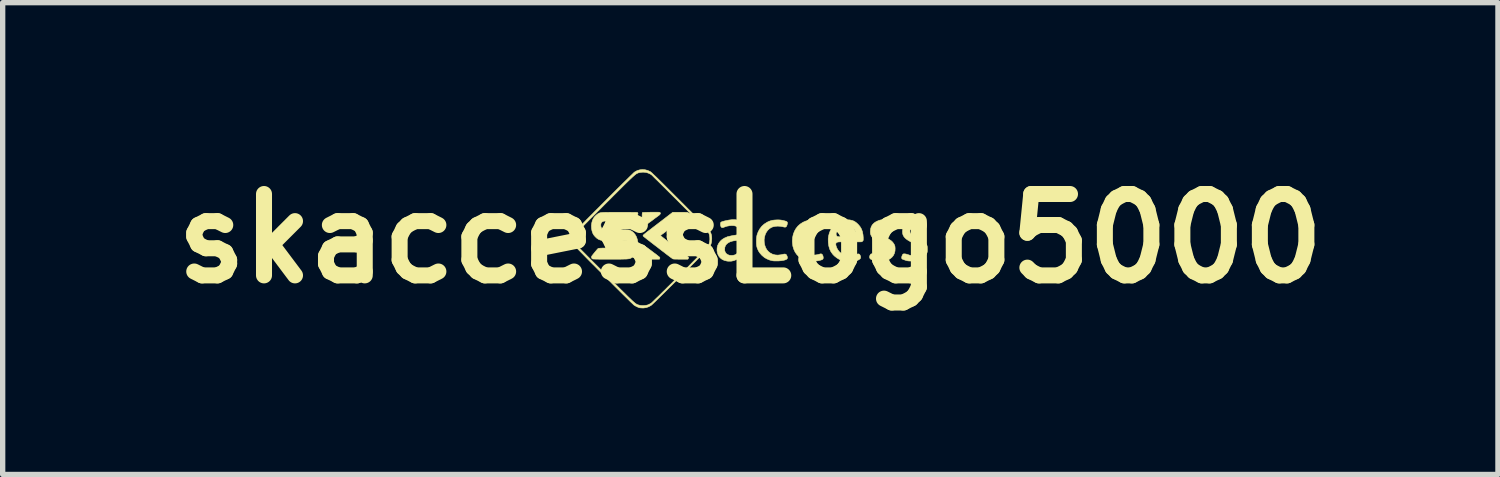
<source format=kicad_pcb>
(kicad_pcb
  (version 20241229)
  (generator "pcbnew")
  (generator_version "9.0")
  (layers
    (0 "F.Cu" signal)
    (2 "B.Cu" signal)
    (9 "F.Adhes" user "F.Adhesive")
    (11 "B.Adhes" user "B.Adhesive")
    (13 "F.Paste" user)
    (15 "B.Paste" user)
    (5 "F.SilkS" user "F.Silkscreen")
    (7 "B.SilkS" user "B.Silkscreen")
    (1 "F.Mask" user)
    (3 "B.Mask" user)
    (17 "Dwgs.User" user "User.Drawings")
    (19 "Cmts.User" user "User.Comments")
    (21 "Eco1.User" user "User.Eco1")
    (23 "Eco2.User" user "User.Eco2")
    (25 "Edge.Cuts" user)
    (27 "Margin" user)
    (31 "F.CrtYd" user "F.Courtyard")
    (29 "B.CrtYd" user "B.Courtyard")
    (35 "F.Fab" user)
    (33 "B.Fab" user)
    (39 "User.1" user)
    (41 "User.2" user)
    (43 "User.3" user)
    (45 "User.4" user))
  (footprint "skaccessLogo5000"
    (layer "F.Cu")
    (at 11.002 1.418)
    (property "Reference" "skaccessLogo5000" (at 0 0 0) (layer "F.SilkS") (effects (font (size 1.524 1.524) (thickness 0.3))))
    (attr through_hole)
    (fp_poly (pts (xy -2.006 0.121) (xy -1.993 0.129) (xy -1.975 0.141) (xy -1.952 0.158) (xy -1.925 0.177) (xy -1.896 0.198) (xy -1.865 0.221) (xy -1.833 0.245) (xy -1.803 0.268) (xy -1.774 0.289) (xy -1.748 0.309) (xy -1.726 0.327) (xy -1.709 0.34) (xy -1.699 0.35) (xy -1.695 0.353) (xy -1.694 0.366) (xy -1.696 0.374) (xy -1.702 0.386) (xy -1.859 0.386) (xy -1.906 0.386) (xy -1.943 0.386) (xy -1.971 0.385) (xy -1.993 0.384) (xy -2.007 0.383) (xy -2.016 0.382) (xy -2.019 0.38) (xy -2.02 0.38) (xy -2.02 0.373) (xy -2.021 0.358) (xy -2.021 0.335) (xy -2.021 0.307) (xy -2.021 0.274) (xy -2.021 0.246) (xy -2.02 0.207) (xy -2.02 0.176) (xy -2.019 0.153) (xy -2.018 0.137) (xy -2.016 0.127) (xy -2.015 0.121) (xy -2.012 0.118) (xy -2.012 0.118) (xy -2.006 0.121)) (stroke (width 0.01) (type solid)) (fill yes) (layer "F.SilkS"))
    (fp_poly (pts (xy -1.747 -0.494) (xy -1.727 -0.494) (xy -1.712 -0.493) (xy -1.701 -0.492) (xy -1.695 -0.49) (xy -1.69 -0.488) (xy -1.689 -0.487) (xy -1.683 -0.475) (xy -1.686 -0.461) (xy -1.7 -0.445) (xy -1.71 -0.436) (xy -1.752 -0.405) (xy -1.793 -0.375) (xy -1.832 -0.345) (xy -1.87 -0.317) (xy -1.905 -0.292) (xy -1.936 -0.269) (xy -1.962 -0.25) (xy -1.983 -0.235) (xy -1.998 -0.224) (xy -2.006 -0.219) (xy -2.007 -0.218) (xy -2.013 -0.222) (xy -2.019 -0.23) (xy -2.022 -0.235) (xy -2.024 -0.243) (xy -2.025 -0.255) (xy -2.026 -0.272) (xy -2.027 -0.296) (xy -2.027 -0.328) (xy -2.027 -0.361) (xy -2.027 -0.402) (xy -2.026 -0.433) (xy -2.026 -0.456) (xy -2.024 -0.472) (xy -2.023 -0.482) (xy -2.02 -0.487) (xy -2.02 -0.487) (xy -2.013 -0.489) (xy -1.996 -0.49) (xy -1.97 -0.491) (xy -1.934 -0.492) (xy -1.889 -0.493) (xy -1.856 -0.494) (xy -1.811 -0.494) (xy -1.775 -0.494) (xy -1.747 -0.494)) (stroke (width 0.01) (type solid)) (fill yes) (layer "F.SilkS"))
    (fp_poly (pts (xy 1.199 -0.35) (xy 1.225 -0.347) (xy 1.254 -0.344) (xy 1.283 -0.34) (xy 1.31 -0.336) (xy 1.332 -0.331) (xy 1.347 -0.327) (xy 1.351 -0.326) (xy 1.361 -0.315) (xy 1.366 -0.298) (xy 1.367 -0.278) (xy 1.362 -0.257) (xy 1.354 -0.238) (xy 1.342 -0.224) (xy 1.335 -0.219) (xy 1.325 -0.216) (xy 1.315 -0.216) (xy 1.3 -0.219) (xy 1.289 -0.221) (xy 1.27 -0.225) (xy 1.244 -0.229) (xy 1.217 -0.232) (xy 1.204 -0.232) (xy 1.152 -0.232) (xy 1.108 -0.224) (xy 1.068 -0.21) (xy 1.034 -0.188) (xy 1.011 -0.168) (xy 0.98 -0.13) (xy 0.956 -0.086) (xy 0.94 -0.037) (xy 0.931 0.014) (xy 0.93 0.041) (xy 0.934 0.093) (xy 0.947 0.142) (xy 0.967 0.186) (xy 0.995 0.225) (xy 1.028 0.258) (xy 1.067 0.284) (xy 1.111 0.301) (xy 1.127 0.305) (xy 1.157 0.309) (xy 1.192 0.309) (xy 1.23 0.306) (xy 1.265 0.3) (xy 1.284 0.295) (xy 1.306 0.289) (xy 1.32 0.286) (xy 1.33 0.287) (xy 1.334 0.289) (xy 1.35 0.301) (xy 1.36 0.323) (xy 1.365 0.346) (xy 1.366 0.364) (xy 1.363 0.378) (xy 1.355 0.388) (xy 1.342 0.396) (xy 1.32 0.403) (xy 1.295 0.41) (xy 1.255 0.417) (xy 1.212 0.423) (xy 1.168 0.425) (xy 1.127 0.425) (xy 1.091 0.422) (xy 1.075 0.419) (xy 1.015 0.401) (xy 0.961 0.375) (xy 0.913 0.341) (xy 0.873 0.301) (xy 0.84 0.255) (xy 0.815 0.202) (xy 0.797 0.144) (xy 0.789 0.08) (xy 0.787 0.046) (xy 0.792 -0.02) (xy 0.805 -0.081) (xy 0.827 -0.138) (xy 0.856 -0.189) (xy 0.892 -0.234) (xy 0.935 -0.272) (xy 0.984 -0.304) (xy 1.038 -0.328) (xy 1.098 -0.343) (xy 1.161 -0.35) (xy 1.177 -0.351) (xy 1.199 -0.35)) (stroke (width 0.01) (type solid)) (fill yes) (layer "F.SilkS"))
    (fp_poly (pts (xy 0.545 -0.349) (xy 0.568 -0.347) (xy 0.594 -0.343) (xy 0.605 -0.341) (xy 0.637 -0.333) (xy 0.662 -0.326) (xy 0.678 -0.32) (xy 0.688 -0.312) (xy 0.694 -0.303) (xy 0.695 -0.296) (xy 0.694 -0.279) (xy 0.689 -0.258) (xy 0.681 -0.237) (xy 0.672 -0.222) (xy 0.671 -0.222) (xy 0.662 -0.216) (xy 0.648 -0.214) (xy 0.628 -0.217) (xy 0.61 -0.221) (xy 0.562 -0.23) (xy 0.513 -0.233) (xy 0.464 -0.229) (xy 0.42 -0.219) (xy 0.393 -0.208) (xy 0.357 -0.185) (xy 0.325 -0.154) (xy 0.299 -0.117) (xy 0.279 -0.075) (xy 0.266 -0.028) (xy 0.259 0.021) (xy 0.261 0.071) (xy 0.269 0.118) (xy 0.285 0.166) (xy 0.307 0.206) (xy 0.335 0.24) (xy 0.371 0.269) (xy 0.373 0.27) (xy 0.417 0.293) (xy 0.464 0.306) (xy 0.515 0.31) (xy 0.569 0.304) (xy 0.588 0.3) (xy 0.61 0.295) (xy 0.63 0.291) (xy 0.645 0.29) (xy 0.647 0.29) (xy 0.665 0.294) (xy 0.679 0.308) (xy 0.689 0.331) (xy 0.692 0.339) (xy 0.695 0.356) (xy 0.695 0.366) (xy 0.691 0.374) (xy 0.687 0.38) (xy 0.674 0.391) (xy 0.651 0.4) (xy 0.621 0.408) (xy 0.584 0.414) (xy 0.541 0.418) (xy 0.518 0.419) (xy 0.49 0.419) (xy 0.464 0.419) (xy 0.441 0.418) (xy 0.426 0.417) (xy 0.425 0.417) (xy 0.366 0.403) (xy 0.314 0.382) (xy 0.267 0.356) (xy 0.225 0.321) (xy 0.213 0.31) (xy 0.179 0.271) (xy 0.153 0.232) (xy 0.133 0.188) (xy 0.123 0.157) (xy 0.118 0.129) (xy 0.115 0.094) (xy 0.114 0.055) (xy 0.115 0.015) (xy 0.118 -0.022) (xy 0.123 -0.055) (xy 0.126 -0.068) (xy 0.148 -0.128) (xy 0.178 -0.182) (xy 0.215 -0.23) (xy 0.259 -0.27) (xy 0.31 -0.303) (xy 0.323 -0.31) (xy 0.356 -0.325) (xy 0.387 -0.335) (xy 0.419 -0.343) (xy 0.455 -0.347) (xy 0.488 -0.349) (xy 0.519 -0.35) (xy 0.545 -0.349)) (stroke (width 0.01) (type solid)) (fill yes) (layer "F.SilkS"))
    (fp_poly (pts (xy -1.269 -0.493) (xy -1.237 -0.493) (xy -1.212 -0.492) (xy -1.194 -0.492) (xy -1.181 -0.491) (xy -1.172 -0.489) (xy -1.167 -0.487) (xy -1.163 -0.485) (xy -1.161 -0.483) (xy -1.155 -0.475) (xy -1.156 -0.467) (xy -1.16 -0.461) (xy -1.165 -0.456) (xy -1.177 -0.446) (xy -1.196 -0.431) (xy -1.22 -0.411) (xy -1.25 -0.388) (xy -1.283 -0.362) (xy -1.319 -0.334) (xy -1.358 -0.304) (xy -1.398 -0.273) (xy -1.439 -0.242) (xy -1.48 -0.21) (xy -1.519 -0.18) (xy -1.557 -0.151) (xy -1.593 -0.124) (xy -1.625 -0.1) (xy -1.653 -0.08) (xy -1.657 -0.076) (xy -1.67 -0.066) (xy -1.679 -0.058) (xy -1.681 -0.055) (xy -1.677 -0.052) (xy -1.666 -0.042) (xy -1.648 -0.028) (xy -1.624 -0.009) (xy -1.594 0.014) (xy -1.559 0.041) (xy -1.521 0.07) (xy -1.479 0.103) (xy -1.434 0.137) (xy -1.386 0.173) (xy -1.338 0.21) (xy -1.288 0.247) (xy -1.239 0.285) (xy -1.233 0.289) (xy -1.209 0.307) (xy -1.189 0.324) (xy -1.172 0.338) (xy -1.161 0.347) (xy -1.158 0.352) (xy -1.155 0.362) (xy -1.161 0.374) (xy -1.169 0.386) (xy -1.304 0.386) (xy -1.349 0.386) (xy -1.383 0.385) (xy -1.41 0.385) (xy -1.43 0.384) (xy -1.443 0.382) (xy -1.451 0.38) (xy -1.453 0.379) (xy -1.46 0.375) (xy -1.474 0.364) (xy -1.495 0.349) (xy -1.52 0.33) (xy -1.551 0.307) (xy -1.585 0.281) (xy -1.622 0.252) (xy -1.662 0.222) (xy -1.702 0.191) (xy -1.743 0.159) (xy -1.784 0.128) (xy -1.824 0.097) (xy -1.862 0.068) (xy -1.897 0.04) (xy -1.929 0.016) (xy -1.956 -0.006) (xy -1.978 -0.023) (xy -1.994 -0.036) (xy -2.004 -0.044) (xy -2.005 -0.046) (xy -2.008 -0.05) (xy -2.009 -0.055) (xy -2.008 -0.059) (xy -2.003 -0.066) (xy -1.995 -0.074) (xy -1.982 -0.085) (xy -1.963 -0.1) (xy -1.939 -0.12) (xy -1.907 -0.144) (xy -1.89 -0.157) (xy -1.861 -0.179) (xy -1.826 -0.206) (xy -1.787 -0.236) (xy -1.744 -0.269) (xy -1.701 -0.302) (xy -1.657 -0.335) (xy -1.619 -0.365) (xy -1.452 -0.493) (xy -1.311 -0.493) (xy -1.269 -0.493)) (stroke (width 0.01) (type solid)) (fill yes) (layer "F.SilkS"))
    (fp_poly (pts (xy 2.535 -0.352) (xy 2.56 -0.35) (xy 2.582 -0.346) (xy 2.607 -0.339) (xy 2.608 -0.339) (xy 2.636 -0.33) (xy 2.656 -0.32) (xy 2.668 -0.31) (xy 2.675 -0.297) (xy 2.677 -0.281) (xy 2.677 -0.279) (xy 2.674 -0.256) (xy 2.665 -0.236) (xy 2.651 -0.224) (xy 2.638 -0.219) (xy 2.626 -0.22) (xy 2.608 -0.224) (xy 2.586 -0.229) (xy 2.578 -0.232) (xy 2.534 -0.242) (xy 2.495 -0.243) (xy 2.458 -0.235) (xy 2.437 -0.227) (xy 2.415 -0.214) (xy 2.401 -0.2) (xy 2.392 -0.181) (xy 2.387 -0.165) (xy 2.384 -0.148) (xy 2.385 -0.134) (xy 2.39 -0.119) (xy 2.399 -0.102) (xy 2.412 -0.086) (xy 2.431 -0.071) (xy 2.457 -0.056) (xy 2.491 -0.04) (xy 2.5 -0.036) (xy 2.555 -0.011) (xy 2.6 0.015) (xy 2.637 0.04) (xy 2.666 0.067) (xy 2.687 0.096) (xy 2.696 0.112) (xy 2.704 0.129) (xy 2.709 0.147) (xy 2.711 0.169) (xy 2.712 0.184) (xy 2.71 0.233) (xy 2.698 0.278) (xy 2.679 0.317) (xy 2.651 0.351) (xy 2.622 0.375) (xy 2.597 0.39) (xy 2.572 0.402) (xy 2.546 0.41) (xy 2.516 0.415) (xy 2.48 0.418) (xy 2.443 0.42) (xy 2.414 0.42) (xy 2.387 0.419) (xy 2.363 0.418) (xy 2.347 0.417) (xy 2.342 0.416) (xy 2.313 0.409) (xy 2.286 0.4) (xy 2.264 0.391) (xy 2.249 0.381) (xy 2.245 0.379) (xy 2.236 0.362) (xy 2.234 0.341) (xy 2.239 0.318) (xy 2.252 0.297) (xy 2.254 0.293) (xy 2.267 0.286) (xy 2.287 0.285) (xy 2.312 0.29) (xy 2.336 0.298) (xy 2.371 0.308) (xy 2.409 0.314) (xy 2.448 0.315) (xy 2.485 0.311) (xy 2.497 0.307) (xy 2.528 0.294) (xy 2.551 0.274) (xy 2.566 0.248) (xy 2.571 0.231) (xy 2.574 0.205) (xy 2.571 0.181) (xy 2.561 0.159) (xy 2.543 0.139) (xy 2.517 0.119) (xy 2.481 0.099) (xy 2.449 0.084) (xy 2.399 0.061) (xy 2.358 0.038) (xy 2.325 0.016) (xy 2.299 -0.006) (xy 2.279 -0.03) (xy 2.263 -0.056) (xy 2.261 -0.061) (xy 2.255 -0.077) (xy 2.251 -0.091) (xy 2.249 -0.108) (xy 2.248 -0.132) (xy 2.248 -0.135) (xy 2.253 -0.182) (xy 2.266 -0.224) (xy 2.288 -0.261) (xy 2.319 -0.292) (xy 2.358 -0.318) (xy 2.406 -0.339) (xy 2.406 -0.339) (xy 2.426 -0.345) (xy 2.443 -0.349) (xy 2.461 -0.351) (xy 2.483 -0.352) (xy 2.504 -0.352) (xy 2.535 -0.352)) (stroke (width 0.01) (type solid)) (fill yes) (layer "F.SilkS"))
    (fp_poly (pts (xy 3.122 -0.354) (xy 3.15 -0.35) (xy 3.181 -0.345) (xy 3.211 -0.338) (xy 3.237 -0.331) (xy 3.255 -0.323) (xy 3.256 -0.323) (xy 3.271 -0.31) (xy 3.278 -0.291) (xy 3.278 -0.267) (xy 3.276 -0.258) (xy 3.269 -0.238) (xy 3.26 -0.226) (xy 3.246 -0.219) (xy 3.228 -0.219) (xy 3.202 -0.225) (xy 3.187 -0.23) (xy 3.146 -0.239) (xy 3.106 -0.242) (xy 3.07 -0.237) (xy 3.042 -0.228) (xy 3.017 -0.213) (xy 3.001 -0.197) (xy 2.992 -0.175) (xy 2.99 -0.148) (xy 2.99 -0.147) (xy 2.99 -0.13) (xy 2.992 -0.116) (xy 2.997 -0.104) (xy 3.006 -0.092) (xy 3.02 -0.081) (xy 3.04 -0.069) (xy 3.067 -0.055) (xy 3.102 -0.038) (xy 3.103 -0.037) (xy 3.15 -0.014) (xy 3.189 0.007) (xy 3.22 0.027) (xy 3.246 0.045) (xy 3.266 0.065) (xy 3.283 0.085) (xy 3.298 0.108) (xy 3.303 0.117) (xy 3.308 0.128) (xy 3.311 0.139) (xy 3.314 0.153) (xy 3.314 0.172) (xy 3.315 0.198) (xy 3.315 0.198) (xy 3.315 0.224) (xy 3.314 0.242) (xy 3.312 0.256) (xy 3.308 0.269) (xy 3.302 0.282) (xy 3.298 0.29) (xy 3.274 0.328) (xy 3.242 0.36) (xy 3.203 0.386) (xy 3.157 0.406) (xy 3.126 0.414) (xy 3.105 0.417) (xy 3.076 0.419) (xy 3.044 0.421) (xy 3.011 0.421) (xy 2.98 0.42) (xy 2.954 0.418) (xy 2.943 0.416) (xy 2.926 0.412) (xy 2.906 0.406) (xy 2.885 0.399) (xy 2.865 0.391) (xy 2.849 0.385) (xy 2.841 0.38) (xy 2.836 0.37) (xy 2.835 0.353) (xy 2.838 0.334) (xy 2.845 0.315) (xy 2.854 0.298) (xy 2.862 0.29) (xy 2.874 0.286) (xy 2.894 0.286) (xy 2.92 0.291) (xy 2.95 0.3) (xy 2.957 0.302) (xy 2.976 0.309) (xy 2.991 0.313) (xy 3.007 0.314) (xy 3.027 0.315) (xy 3.046 0.314) (xy 3.082 0.311) (xy 3.111 0.304) (xy 3.133 0.294) (xy 3.15 0.279) (xy 3.16 0.265) (xy 3.174 0.236) (xy 3.178 0.206) (xy 3.174 0.178) (xy 3.16 0.152) (xy 3.145 0.137) (xy 3.135 0.129) (xy 3.117 0.119) (xy 3.093 0.106) (xy 3.067 0.092) (xy 3.045 0.082) (xy 2.994 0.055) (xy 2.951 0.03) (xy 2.917 0.006) (xy 2.891 -0.019) (xy 2.872 -0.044) (xy 2.859 -0.071) (xy 2.852 -0.101) (xy 2.85 -0.134) (xy 2.851 -0.147) (xy 2.856 -0.187) (xy 2.867 -0.221) (xy 2.886 -0.252) (xy 2.909 -0.279) (xy 2.947 -0.309) (xy 2.99 -0.332) (xy 3.037 -0.347) (xy 3.088 -0.354) (xy 3.122 -0.354)) (stroke (width 0.01) (type solid)) (fill yes) (layer "F.SilkS"))
    (fp_poly (pts (xy 1.863 -0.349) (xy 1.906 -0.34) (xy 1.945 -0.325) (xy 1.981 -0.301) (xy 2.017 -0.269) (xy 2.053 -0.227) (xy 2.081 -0.18) (xy 2.1 -0.128) (xy 2.111 -0.07) (xy 2.115 -0.019) (xy 2.115 0.006) (xy 2.115 0.022) (xy 2.114 0.032) (xy 2.111 0.039) (xy 2.106 0.045) (xy 2.102 0.049) (xy 2.087 0.061) (xy 1.931 0.062) (xy 1.889 0.062) (xy 1.846 0.063) (xy 1.805 0.063) (xy 1.768 0.062) (xy 1.737 0.062) (xy 1.714 0.062) (xy 1.712 0.062) (xy 1.673 0.062) (xy 1.644 0.064) (xy 1.623 0.07) (xy 1.609 0.08) (xy 1.602 0.094) (xy 1.601 0.112) (xy 1.604 0.129) (xy 1.616 0.168) (xy 1.636 0.206) (xy 1.66 0.239) (xy 1.689 0.266) (xy 1.711 0.281) (xy 1.751 0.298) (xy 1.798 0.309) (xy 1.849 0.313) (xy 1.902 0.311) (xy 1.956 0.303) (xy 1.99 0.294) (xy 2.014 0.288) (xy 2.031 0.288) (xy 2.043 0.294) (xy 2.054 0.308) (xy 2.058 0.316) (xy 2.066 0.34) (xy 2.066 0.359) (xy 2.059 0.376) (xy 2.058 0.377) (xy 2.046 0.387) (xy 2.027 0.399) (xy 2.003 0.411) (xy 1.977 0.421) (xy 1.952 0.429) (xy 1.949 0.429) (xy 1.929 0.433) (xy 1.901 0.435) (xy 1.869 0.436) (xy 1.837 0.436) (xy 1.808 0.435) (xy 1.785 0.433) (xy 1.781 0.432) (xy 1.724 0.416) (xy 1.67 0.392) (xy 1.619 0.361) (xy 1.573 0.324) (xy 1.542 0.291) (xy 1.51 0.246) (xy 1.486 0.196) (xy 1.47 0.14) (xy 1.461 0.078) (xy 1.46 0.061) (xy 1.459 0.004) (xy 1.466 -0.049) (xy 1.478 -0.095) (xy 1.608 -0.095) (xy 1.608 -0.071) (xy 1.615 -0.052) (xy 1.628 -0.04) (xy 1.636 -0.037) (xy 1.645 -0.036) (xy 1.662 -0.035) (xy 1.687 -0.035) (xy 1.718 -0.034) (xy 1.753 -0.034) (xy 1.791 -0.034) (xy 1.799 -0.034) (xy 1.842 -0.035) (xy 1.877 -0.035) (xy 1.903 -0.036) (xy 1.923 -0.037) (xy 1.937 -0.038) (xy 1.946 -0.039) (xy 1.952 -0.041) (xy 1.956 -0.044) (xy 1.957 -0.044) (xy 1.966 -0.058) (xy 1.972 -0.077) (xy 1.975 -0.099) (xy 1.974 -0.111) (xy 1.964 -0.141) (xy 1.946 -0.171) (xy 1.922 -0.198) (xy 1.894 -0.221) (xy 1.863 -0.238) (xy 1.861 -0.239) (xy 1.822 -0.248) (xy 1.783 -0.248) (xy 1.743 -0.239) (xy 1.706 -0.222) (xy 1.674 -0.198) (xy 1.653 -0.175) (xy 1.634 -0.15) (xy 1.619 -0.125) (xy 1.609 -0.103) (xy 1.608 -0.095) (xy 1.478 -0.095) (xy 1.48 -0.102) (xy 1.483 -0.111) (xy 1.499 -0.15) (xy 1.517 -0.185) (xy 1.54 -0.217) (xy 1.571 -0.25) (xy 1.572 -0.252) (xy 1.617 -0.29) (xy 1.665 -0.32) (xy 1.718 -0.339) (xy 1.775 -0.35) (xy 1.814 -0.352) (xy 1.863 -0.349)) (stroke (width 0.01) (type solid)) (fill yes) (layer "F.SilkS"))
    (fp_poly (pts (xy -0.288 -0.354) (xy -0.239 -0.347) (xy -0.197 -0.334) (xy -0.183 -0.328) (xy -0.148 -0.304) (xy -0.117 -0.273) (xy -0.09 -0.234) (xy -0.069 -0.189) (xy -0.058 -0.155) (xy -0.053 -0.129) (xy -0.049 -0.094) (xy -0.046 -0.05) (xy -0.043 0.004) (xy -0.042 0.068) (xy -0.041 0.141) (xy -0.041 0.174) (xy -0.041 0.225) (xy -0.04 0.269) (xy -0.039 0.304) (xy -0.038 0.331) (xy -0.036 0.349) (xy -0.035 0.354) (xy -0.032 0.375) (xy -0.036 0.39) (xy -0.048 0.402) (xy -0.064 0.408) (xy -0.092 0.415) (xy -0.117 0.415) (xy -0.135 0.409) (xy -0.136 0.408) (xy -0.145 0.399) (xy -0.154 0.385) (xy -0.16 0.373) (xy -0.169 0.355) (xy -0.178 0.346) (xy -0.181 0.345) (xy -0.189 0.348) (xy -0.202 0.356) (xy -0.216 0.365) (xy -0.261 0.394) (xy -0.31 0.414) (xy -0.361 0.424) (xy -0.414 0.424) (xy -0.438 0.421) (xy -0.487 0.409) (xy -0.529 0.389) (xy -0.563 0.362) (xy -0.59 0.329) (xy -0.61 0.289) (xy -0.621 0.243) (xy -0.624 0.22) (xy -0.622 0.193) (xy -0.481 0.193) (xy -0.479 0.228) (xy -0.468 0.257) (xy -0.45 0.282) (xy -0.424 0.3) (xy -0.393 0.312) (xy -0.356 0.316) (xy -0.326 0.314) (xy -0.305 0.31) (xy -0.283 0.303) (xy -0.276 0.299) (xy -0.244 0.278) (xy -0.217 0.249) (xy -0.197 0.213) (xy -0.185 0.175) (xy -0.181 0.146) (xy -0.178 0.116) (xy -0.178 0.088) (xy -0.181 0.066) (xy -0.183 0.057) (xy -0.189 0.046) (xy -0.197 0.039) (xy -0.21 0.034) (xy -0.229 0.033) (xy -0.257 0.035) (xy -0.265 0.036) (xy -0.322 0.044) (xy -0.37 0.057) (xy -0.409 0.076) (xy -0.441 0.1) (xy -0.463 0.128) (xy -0.477 0.162) (xy -0.481 0.193) (xy -0.622 0.193) (xy -0.622 0.173) (xy -0.611 0.128) (xy -0.59 0.087) (xy -0.562 0.049) (xy -0.526 0.016) (xy -0.482 -0.011) (xy -0.432 -0.032) (xy -0.431 -0.033) (xy -0.412 -0.038) (xy -0.386 -0.044) (xy -0.355 -0.051) (xy -0.324 -0.057) (xy -0.313 -0.059) (xy -0.278 -0.064) (xy -0.251 -0.069) (xy -0.232 -0.074) (xy -0.218 -0.078) (xy -0.207 -0.083) (xy -0.199 -0.088) (xy -0.194 -0.093) (xy -0.186 -0.105) (xy -0.184 -0.121) (xy -0.189 -0.141) (xy -0.195 -0.155) (xy -0.215 -0.189) (xy -0.24 -0.215) (xy -0.271 -0.233) (xy -0.307 -0.242) (xy -0.35 -0.244) (xy -0.386 -0.241) (xy -0.415 -0.236) (xy -0.437 -0.232) (xy -0.454 -0.227) (xy -0.471 -0.221) (xy -0.49 -0.214) (xy -0.491 -0.213) (xy -0.513 -0.206) (xy -0.53 -0.206) (xy -0.543 -0.213) (xy -0.551 -0.226) (xy -0.556 -0.243) (xy -0.559 -0.264) (xy -0.558 -0.284) (xy -0.556 -0.297) (xy -0.551 -0.304) (xy -0.543 -0.31) (xy -0.53 -0.316) (xy -0.511 -0.322) (xy -0.485 -0.329) (xy -0.452 -0.336) (xy -0.41 -0.345) (xy -0.391 -0.348) (xy -0.339 -0.354) (xy -0.288 -0.354)) (stroke (width 0.01) (type solid)) (fill yes) (layer "F.SilkS"))
    (fp_poly (pts (xy -2.322 -0.493) (xy -2.274 -0.493) (xy -2.234 -0.492) (xy -2.201 -0.492) (xy -2.175 -0.492) (xy -2.154 -0.491) (xy -2.139 -0.491) (xy -2.127 -0.49) (xy -2.119 -0.489) (xy -2.114 -0.488) (xy -2.111 -0.486) (xy -2.109 -0.484) (xy -2.108 -0.482) (xy -2.104 -0.47) (xy -2.104 -0.463) (xy -2.108 -0.455) (xy -2.118 -0.442) (xy -2.132 -0.425) (xy -2.148 -0.405) (xy -2.166 -0.386) (xy -2.183 -0.367) (xy -2.198 -0.352) (xy -2.21 -0.341) (xy -2.216 -0.337) (xy -2.221 -0.336) (xy -2.229 -0.334) (xy -2.241 -0.333) (xy -2.257 -0.332) (xy -2.279 -0.331) (xy -2.308 -0.331) (xy -2.344 -0.331) (xy -2.387 -0.33) (xy -2.44 -0.33) (xy -2.485 -0.33) (xy -2.543 -0.33) (xy -2.591 -0.33) (xy -2.632 -0.33) (xy -2.664 -0.329) (xy -2.69 -0.329) (xy -2.711 -0.328) (xy -2.727 -0.328) (xy -2.738 -0.326) (xy -2.747 -0.325) (xy -2.754 -0.323) (xy -2.759 -0.321) (xy -2.762 -0.32) (xy -2.781 -0.307) (xy -2.792 -0.294) (xy -2.799 -0.272) (xy -2.8 -0.247) (xy -2.797 -0.221) (xy -2.791 -0.207) (xy -2.788 -0.198) (xy -2.784 -0.192) (xy -2.779 -0.186) (xy -2.772 -0.182) (xy -2.763 -0.178) (xy -2.75 -0.175) (xy -2.733 -0.173) (xy -2.711 -0.171) (xy -2.682 -0.17) (xy -2.646 -0.169) (xy -2.603 -0.168) (xy -2.551 -0.168) (xy -2.515 -0.167) (xy -2.448 -0.166) (xy -2.392 -0.165) (xy -2.345 -0.164) (xy -2.309 -0.163) (xy -2.283 -0.161) (xy -2.266 -0.16) (xy -2.261 -0.159) (xy -2.223 -0.14) (xy -2.188 -0.113) (xy -2.159 -0.078) (xy -2.135 -0.037) (xy -2.118 0.01) (xy -2.107 0.062) (xy -2.105 0.089) (xy -2.104 0.137) (xy -2.111 0.181) (xy -2.124 0.224) (xy -2.136 0.251) (xy -2.161 0.295) (xy -2.187 0.33) (xy -2.217 0.355) (xy -2.223 0.359) (xy -2.232 0.364) (xy -2.241 0.368) (xy -2.25 0.372) (xy -2.26 0.376) (xy -2.272 0.378) (xy -2.287 0.38) (xy -2.306 0.382) (xy -2.328 0.384) (xy -2.356 0.384) (xy -2.39 0.385) (xy -2.431 0.386) (xy -2.479 0.386) (xy -2.535 0.386) (xy -2.6 0.386) (xy -2.625 0.386) (xy -2.69 0.386) (xy -2.747 0.386) (xy -2.794 0.386) (xy -2.834 0.386) (xy -2.867 0.385) (xy -2.893 0.385) (xy -2.914 0.384) (xy -2.93 0.384) (xy -2.941 0.383) (xy -2.95 0.382) (xy -2.955 0.38) (xy -2.959 0.379) (xy -2.961 0.377) (xy -2.973 0.362) (xy -2.975 0.344) (xy -2.967 0.325) (xy -2.963 0.32) (xy -2.934 0.283) (xy -2.908 0.251) (xy -2.886 0.225) (xy -2.869 0.205) (xy -2.856 0.191) (xy -2.85 0.187) (xy -2.847 0.185) (xy -2.842 0.183) (xy -2.835 0.182) (xy -2.824 0.181) (xy -2.81 0.18) (xy -2.791 0.179) (xy -2.766 0.178) (xy -2.735 0.178) (xy -2.696 0.178) (xy -2.649 0.178) (xy -2.593 0.177) (xy -2.581 0.177) (xy -2.53 0.177) (xy -2.483 0.177) (xy -2.439 0.176) (xy -2.4 0.176) (xy -2.367 0.175) (xy -2.34 0.175) (xy -2.322 0.174) (xy -2.313 0.174) (xy -2.312 0.173) (xy -2.297 0.164) (xy -2.286 0.149) (xy -2.279 0.128) (xy -2.276 0.106) (xy -2.278 0.084) (xy -2.284 0.065) (xy -2.295 0.051) (xy -2.304 0.046) (xy -2.312 0.044) (xy -2.33 0.043) (xy -2.357 0.042) (xy -2.391 0.042) (xy -2.433 0.041) (xy -2.481 0.041) (xy -2.535 0.041) (xy -2.537 0.041) (xy -2.594 0.04) (xy -2.643 0.04) (xy -2.684 0.04) (xy -2.717 0.039) (xy -2.745 0.038) (xy -2.767 0.036) (xy -2.786 0.033) (xy -2.801 0.03) (xy -2.815 0.026) (xy -2.828 0.021) (xy -2.84 0.015) (xy -2.845 0.013) (xy -2.875 -0.007) (xy -2.904 -0.034) (xy -2.93 -0.065) (xy -2.949 -0.097) (xy -2.965 -0.143) (xy -2.974 -0.193) (xy -2.976 -0.244) (xy -2.969 -0.295) (xy -2.956 -0.343) (xy -2.94 -0.375) (xy -2.923 -0.401) (xy -2.899 -0.427) (xy -2.873 -0.45) (xy -2.851 -0.466) (xy -2.842 -0.471) (xy -2.834 -0.475) (xy -2.825 -0.479) (xy -2.815 -0.482) (xy -2.803 -0.485) (xy -2.788 -0.487) (xy -2.769 -0.489) (xy -2.747 -0.49) (xy -2.719 -0.491) (xy -2.685 -0.492) (xy -2.645 -0.492) (xy -2.597 -0.493) (xy -2.541 -0.493) (xy -2.476 -0.493) (xy -2.445 -0.493) (xy -2.379 -0.493) (xy -2.322 -0.493)) (stroke (width 0.01) (type solid)) (fill yes) (layer "F.SilkS"))
    (fp_poly (pts (xy -1.972 -1.289) (xy -1.922 -1.276) (xy -1.874 -1.254) (xy -1.871 -1.252) (xy -1.864 -1.248) (xy -1.854 -1.239) (xy -1.84 -1.227) (xy -1.822 -1.209) (xy -1.799 -1.187) (xy -1.771 -1.161) (xy -1.738 -1.129) (xy -1.7 -1.091) (xy -1.656 -1.048) (xy -1.607 -0.999) (xy -1.552 -0.944) (xy -1.49 -0.882) (xy -1.422 -0.814) (xy -1.347 -0.739) (xy -1.303 -0.695) (xy -1.23 -0.622) (xy -1.164 -0.555) (xy -1.104 -0.496) (xy -1.05 -0.442) (xy -1.003 -0.394) (xy -0.96 -0.351) (xy -0.923 -0.313) (xy -0.891 -0.28) (xy -0.863 -0.252) (xy -0.839 -0.227) (xy -0.819 -0.206) (xy -0.802 -0.188) (xy -0.788 -0.173) (xy -0.777 -0.161) (xy -0.768 -0.151) (xy -0.761 -0.142) (xy -0.756 -0.135) (xy -0.752 -0.129) (xy -0.749 -0.124) (xy -0.748 -0.121) (xy -0.735 -0.091) (xy -0.727 -0.063) (xy -0.723 -0.033) (xy -0.722 0.002) (xy -0.723 0.02) (xy -0.726 0.059) (xy -0.733 0.092) (xy -0.744 0.123) (xy -0.762 0.153) (xy -0.763 0.155) (xy -0.769 0.163) (xy -0.781 0.177) (xy -0.8 0.197) (xy -0.825 0.222) (xy -0.855 0.253) (xy -0.889 0.288) (xy -0.928 0.328) (xy -0.971 0.371) (xy -1.017 0.418) (xy -1.065 0.467) (xy -1.116 0.518) (xy -1.169 0.571) (xy -1.223 0.626) (xy -1.278 0.681) (xy -1.333 0.736) (xy -1.388 0.791) (xy -1.442 0.845) (xy -1.495 0.897) (xy -1.546 0.948) (xy -1.595 0.997) (xy -1.642 1.043) (xy -1.685 1.085) (xy -1.724 1.124) (xy -1.76 1.159) (xy -1.791 1.189) (xy -1.816 1.213) (xy -1.836 1.232) (xy -1.85 1.245) (xy -1.856 1.25) (xy -1.901 1.276) (xy -1.949 1.293) (xy -2 1.3) (xy -2.016 1.3) (xy -2.037 1.299) (xy -2.056 1.298) (xy -2.068 1.297) (xy -2.07 1.297) (xy -2.095 1.289) (xy -2.124 1.277) (xy -2.152 1.262) (xy -2.176 1.247) (xy -2.177 1.247) (xy -2.184 1.241) (xy -2.197 1.228) (xy -2.217 1.209) (xy -2.243 1.185) (xy -2.273 1.155) (xy -2.308 1.12) (xy -2.348 1.081) (xy -2.391 1.039) (xy -2.437 0.993) (xy -2.486 0.944) (xy -2.537 0.894) (xy -2.59 0.841) (xy -2.643 0.788) (xy -2.698 0.733) (xy -2.753 0.678) (xy -2.807 0.624) (xy -2.86 0.571) (xy -2.912 0.518) (xy -2.963 0.468) (xy -3.011 0.42) (xy -3.056 0.374) (xy -3.097 0.332) (xy -3.135 0.293) (xy -3.169 0.259) (xy -3.197 0.23) (xy -3.221 0.206) (xy -3.238 0.187) (xy -3.249 0.175) (xy -3.253 0.171) (xy -3.278 0.13) (xy -3.297 0.084) (xy -3.304 0.057) (xy -3.31 0.027) (xy -3.311 0.008) (xy -3.261 0.008) (xy -3.258 0.051) (xy -3.249 0.09) (xy -3.232 0.128) (xy -3.207 0.166) (xy -3.196 0.18) (xy -3.189 0.188) (xy -3.175 0.203) (xy -3.155 0.224) (xy -3.129 0.25) (xy -3.097 0.282) (xy -3.061 0.319) (xy -3.02 0.36) (xy -2.975 0.406) (xy -2.926 0.455) (xy -2.874 0.507) (xy -2.819 0.562) (xy -2.762 0.619) (xy -2.703 0.678) (xy -2.669 0.711) (xy -2.598 0.782) (xy -2.534 0.846) (xy -2.477 0.903) (xy -2.425 0.955) (xy -2.379 1) (xy -2.338 1.04) (xy -2.302 1.076) (xy -2.271 1.106) (xy -2.243 1.132) (xy -2.22 1.155) (xy -2.199 1.174) (xy -2.182 1.189) (xy -2.167 1.202) (xy -2.154 1.212) (xy -2.143 1.22) (xy -2.133 1.227) (xy -2.124 1.232) (xy -2.115 1.236) (xy -2.107 1.239) (xy -2.098 1.242) (xy -2.089 1.245) (xy -2.088 1.245) (xy -2.062 1.251) (xy -2.029 1.254) (xy -1.994 1.254) (xy -1.959 1.251) (xy -1.929 1.245) (xy -1.914 1.24) (xy -1.893 1.23) (xy -1.87 1.218) (xy -1.857 1.21) (xy -1.849 1.204) (xy -1.835 1.191) (xy -1.815 1.172) (xy -1.79 1.147) (xy -1.759 1.117) (xy -1.723 1.083) (xy -1.684 1.044) (xy -1.641 1.001) (xy -1.594 0.956) (xy -1.546 0.907) (xy -1.495 0.857) (xy -1.443 0.805) (xy -1.389 0.752) (xy -1.335 0.698) (xy -1.281 0.644) (xy -1.228 0.59) (xy -1.175 0.538) (xy -1.124 0.486) (xy -1.076 0.437) (xy -1.029 0.39) (xy -0.986 0.346) (xy -0.946 0.306) (xy -0.91 0.269) (xy -0.879 0.237) (xy -0.853 0.21) (xy -0.832 0.189) (xy -0.818 0.173) (xy -0.81 0.164) (xy -0.809 0.163) (xy -0.799 0.148) (xy -0.791 0.137) (xy -0.787 0.132) (xy -0.784 0.126) (xy -0.778 0.114) (xy -0.772 0.099) (xy -0.763 0.062) (xy -0.758 0.021) (xy -0.759 -0.022) (xy -0.764 -0.057) (xy -0.766 -0.067) (xy -0.768 -0.076) (xy -0.771 -0.084) (xy -0.774 -0.093) (xy -0.779 -0.102) (xy -0.784 -0.112) (xy -0.792 -0.124) (xy -0.802 -0.137) (xy -0.814 -0.151) (xy -0.829 -0.169) (xy -0.847 -0.189) (xy -0.868 -0.212) (xy -0.894 -0.239) (xy -0.923 -0.269) (xy -0.957 -0.304) (xy -0.996 -0.344) (xy -1.041 -0.388) (xy -1.09 -0.438) (xy -1.146 -0.494) (xy -1.208 -0.556) (xy -1.277 -0.624) (xy -1.327 -0.675) (xy -1.387 -0.735) (xy -1.446 -0.793) (xy -1.502 -0.849) (xy -1.555 -0.902) (xy -1.605 -0.952) (xy -1.652 -0.998) (xy -1.695 -1.041) (xy -1.733 -1.079) (xy -1.767 -1.112) (xy -1.796 -1.14) (xy -1.818 -1.163) (xy -1.835 -1.18) (xy -1.846 -1.19) (xy -1.849 -1.193) (xy -1.872 -1.208) (xy -1.901 -1.222) (xy -1.933 -1.233) (xy -1.946 -1.237) (xy -1.979 -1.242) (xy -2.016 -1.243) (xy -2.054 -1.24) (xy -2.088 -1.233) (xy -2.092 -1.232) (xy -2.101 -1.229) (xy -2.109 -1.225) (xy -2.117 -1.222) (xy -2.126 -1.217) (xy -2.136 -1.212) (xy -2.146 -1.204) (xy -2.158 -1.195) (xy -2.172 -1.183) (xy -2.188 -1.169) (xy -2.207 -1.152) (xy -2.229 -1.131) (xy -2.255 -1.107) (xy -2.284 -1.079) (xy -2.318 -1.046) (xy -2.356 -1.009) (xy -2.399 -0.966) (xy -2.447 -0.918) (xy -2.501 -0.864) (xy -2.562 -0.804) (xy -2.628 -0.737) (xy -2.687 -0.679) (xy -2.747 -0.619) (xy -2.805 -0.56) (xy -2.861 -0.505) (xy -2.914 -0.451) (xy -2.964 -0.401) (xy -3.011 -0.355) (xy -3.053 -0.312) (xy -3.091 -0.274) (xy -3.124 -0.24) (xy -3.152 -0.212) (xy -3.175 -0.189) (xy -3.191 -0.172) (xy -3.201 -0.162) (xy -3.204 -0.159) (xy -3.212 -0.148) (xy -3.218 -0.14) (xy -3.23 -0.123) (xy -3.241 -0.098) (xy -3.25 -0.069) (xy -3.257 -0.037) (xy -3.261 -0.006) (xy -3.261 0.008) (xy -3.311 0.008) (xy -3.312 0.002) (xy -3.31 -0.022) (xy -3.304 -0.051) (xy -3.302 -0.058) (xy -3.3 -0.068) (xy -3.297 -0.078) (xy -3.295 -0.087) (xy -3.292 -0.096) (xy -3.288 -0.104) (xy -3.283 -0.114) (xy -3.277 -0.124) (xy -3.269 -0.136) (xy -3.259 -0.149) (xy -3.246 -0.164) (xy -3.231 -0.182) (xy -3.212 -0.202) (xy -3.19 -0.226) (xy -3.164 -0.253) (xy -3.134 -0.284) (xy -3.099 -0.319) (xy -3.06 -0.36) (xy -3.015 -0.405) (xy -2.965 -0.455) (xy -2.909 -0.512) (xy -2.846 -0.574) (xy -2.777 -0.644) (xy -2.726 -0.695) (xy -2.664 -0.757) (xy -2.604 -0.817) (xy -2.546 -0.875) (xy -2.491 -0.93) (xy -2.438 -0.982) (xy -2.389 -1.031) (xy -2.343 -1.076) (xy -2.302 -1.116) (xy -2.266 -1.152) (xy -2.234 -1.183) (xy -2.208 -1.208) (xy -2.188 -1.228) (xy -2.174 -1.241) (xy -2.166 -1.247) (xy -2.166 -1.247) (xy -2.121 -1.272) (xy -2.072 -1.287) (xy -2.022 -1.293) (xy -1.972 -1.289)) (stroke (width 0.01) (type solid)) (fill yes) (layer "F.SilkS")))
  (gr_rect
    (start -3 -3)
    (end 25.004 5.836)
    (stroke (width 0.1) (type default))
    (fill no)
    (layer "Edge.Cuts")))
</source>
